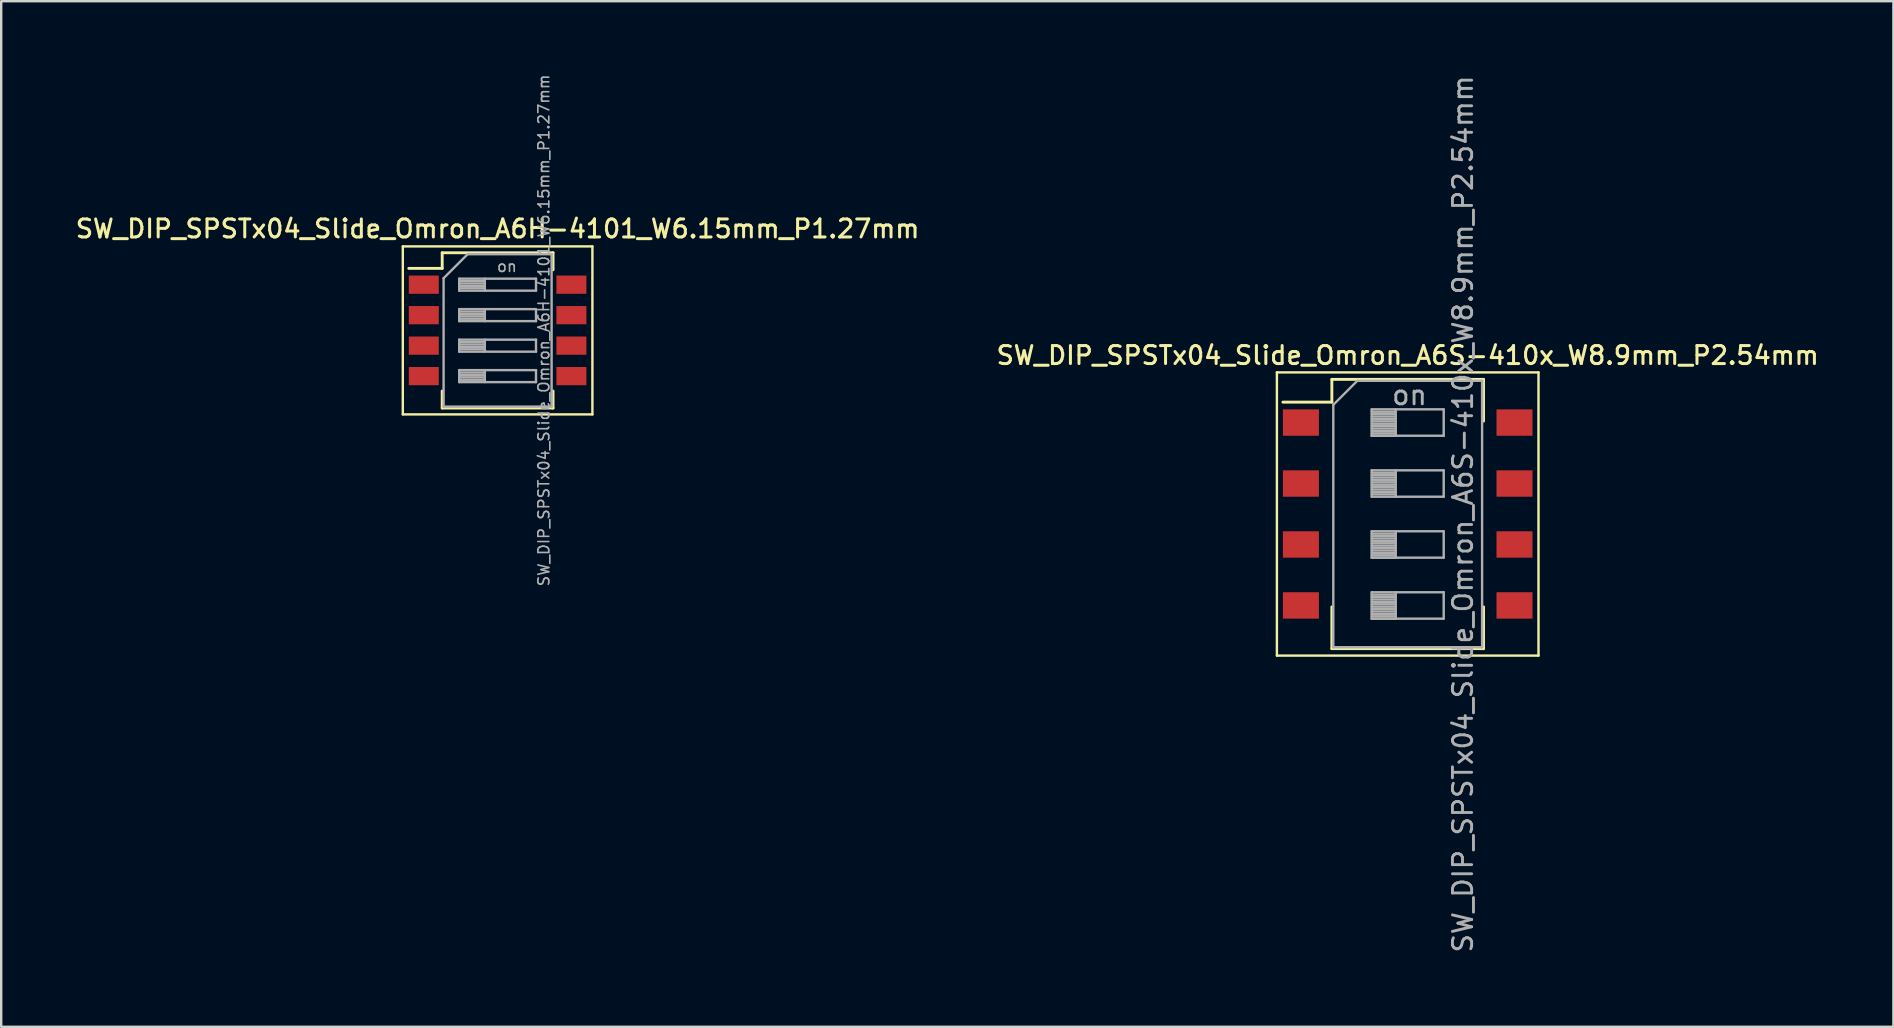
<source format=kicad_pcb>
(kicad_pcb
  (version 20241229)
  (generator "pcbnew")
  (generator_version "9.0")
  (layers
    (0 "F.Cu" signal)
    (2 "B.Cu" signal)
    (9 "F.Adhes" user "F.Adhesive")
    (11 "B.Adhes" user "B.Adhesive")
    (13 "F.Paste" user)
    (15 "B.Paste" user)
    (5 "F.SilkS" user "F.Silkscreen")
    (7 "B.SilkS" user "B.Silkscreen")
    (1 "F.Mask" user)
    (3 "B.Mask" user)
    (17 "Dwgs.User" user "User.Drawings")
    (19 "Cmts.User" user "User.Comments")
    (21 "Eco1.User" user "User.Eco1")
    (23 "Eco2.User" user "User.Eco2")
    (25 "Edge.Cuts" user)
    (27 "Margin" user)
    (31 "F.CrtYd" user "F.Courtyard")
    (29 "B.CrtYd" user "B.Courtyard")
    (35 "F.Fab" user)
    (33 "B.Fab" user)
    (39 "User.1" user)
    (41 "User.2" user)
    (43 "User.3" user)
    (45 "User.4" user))
  (footprint "SW_DIP_SPSTx04_Slide_Omron_A6S-410x_W8.9mm_P2.54mm"
    (layer "F.Cu")
    (at 55.605 18.367)
    (property "Reference" "SW_DIP_SPSTx04_Slide_Omron_A6S-410x_W8.9mm_P2.54mm" (at 0 -6.61 0) (layer "F.SilkS") (effects (font (size 0.75 0.75) (thickness 0.125))))
    (attr smd)
    (fp_line (start -5.45 -5.9) (end -5.45 5.9) (stroke (width 0.1) (type solid)) (layer "F.SilkS"))
    (fp_line (start -5.45 5.9) (end 5.45 5.9) (stroke (width 0.1) (type solid)) (layer "F.SilkS"))
    (fp_line (start -5.2 -4.661) (end -3.16 -4.661) (stroke (width 0.12) (type solid)) (layer "F.SilkS"))
    (fp_line (start -3.16 -5.61) (end -3.16 -4.661) (stroke (width 0.12) (type solid)) (layer "F.SilkS"))
    (fp_line (start -3.16 -5.61) (end 3.16 -5.61) (stroke (width 0.12) (type solid)) (layer "F.SilkS"))
    (fp_line (start -3.16 3.87) (end -3.16 5.61) (stroke (width 0.12) (type solid)) (layer "F.SilkS"))
    (fp_line (start -3.16 5.61) (end 3.16 5.61) (stroke (width 0.12) (type solid)) (layer "F.SilkS"))
    (fp_line (start 3.16 -5.61) (end 3.16 -3.871) (stroke (width 0.12) (type solid)) (layer "F.SilkS"))
    (fp_line (start 3.16 3.87) (end 3.16 5.61) (stroke (width 0.12) (type solid)) (layer "F.SilkS"))
    (fp_line (start 5.45 -5.9) (end -5.45 -5.9) (stroke (width 0.1) (type solid)) (layer "F.SilkS"))
    (fp_line (start 5.45 5.9) (end 5.45 -5.9) (stroke (width 0.1) (type solid)) (layer "F.SilkS"))
    (fp_line (start -3.1 -4.55) (end -2.1 -5.55) (stroke (width 0.1) (type solid)) (layer "F.Fab"))
    (fp_line (start -3.1 5.55) (end -3.1 -4.55) (stroke (width 0.1) (type solid)) (layer "F.Fab"))
    (fp_line (start -2.1 -5.55) (end 3.1 -5.55) (stroke (width 0.1) (type solid)) (layer "F.Fab"))
    (fp_line (start -1.5 -4.36) (end -1.5 -3.26) (stroke (width 0.1) (type solid)) (layer "F.Fab"))
    (fp_line (start -1.5 -4.26) (end -0.5 -4.26) (stroke (width 0.1) (type solid)) (layer "F.Fab"))
    (fp_line (start -1.5 -4.16) (end -0.5 -4.16) (stroke (width 0.1) (type solid)) (layer "F.Fab"))
    (fp_line (start -1.5 -4.06) (end -0.5 -4.06) (stroke (width 0.1) (type solid)) (layer "F.Fab"))
    (fp_line (start -1.5 -3.96) (end -0.5 -3.96) (stroke (width 0.1) (type solid)) (layer "F.Fab"))
    (fp_line (start -1.5 -3.86) (end -0.5 -3.86) (stroke (width 0.1) (type solid)) (layer "F.Fab"))
    (fp_line (start -1.5 -3.76) (end -0.5 -3.76) (stroke (width 0.1) (type solid)) (layer "F.Fab"))
    (fp_line (start -1.5 -3.66) (end -0.5 -3.66) (stroke (width 0.1) (type solid)) (layer "F.Fab"))
    (fp_line (start -1.5 -3.56) (end -0.5 -3.56) (stroke (width 0.1) (type solid)) (layer "F.Fab"))
    (fp_line (start -1.5 -3.46) (end -0.5 -3.46) (stroke (width 0.1) (type solid)) (layer "F.Fab"))
    (fp_line (start -1.5 -3.36) (end -0.5 -3.36) (stroke (width 0.1) (type solid)) (layer "F.Fab"))
    (fp_line (start -1.5 -3.26) (end -0.5 -3.26) (stroke (width 0.1) (type solid)) (layer "F.Fab"))
    (fp_line (start -1.5 -3.26) (end 1.5 -3.26) (stroke (width 0.1) (type solid)) (layer "F.Fab"))
    (fp_line (start -1.5 -1.82) (end -1.5 -0.72) (stroke (width 0.1) (type solid)) (layer "F.Fab"))
    (fp_line (start -1.5 -1.72) (end -0.5 -1.72) (stroke (width 0.1) (type solid)) (layer "F.Fab"))
    (fp_line (start -1.5 -1.62) (end -0.5 -1.62) (stroke (width 0.1) (type solid)) (layer "F.Fab"))
    (fp_line (start -1.5 -1.52) (end -0.5 -1.52) (stroke (width 0.1) (type solid)) (layer "F.Fab"))
    (fp_line (start -1.5 -1.42) (end -0.5 -1.42) (stroke (width 0.1) (type solid)) (layer "F.Fab"))
    (fp_line (start -1.5 -1.32) (end -0.5 -1.32) (stroke (width 0.1) (type solid)) (layer "F.Fab"))
    (fp_line (start -1.5 -1.22) (end -0.5 -1.22) (stroke (width 0.1) (type solid)) (layer "F.Fab"))
    (fp_line (start -1.5 -1.12) (end -0.5 -1.12) (stroke (width 0.1) (type solid)) (layer "F.Fab"))
    (fp_line (start -1.5 -1.02) (end -0.5 -1.02) (stroke (width 0.1) (type solid)) (layer "F.Fab"))
    (fp_line (start -1.5 -0.92) (end -0.5 -0.92) (stroke (width 0.1) (type solid)) (layer "F.Fab"))
    (fp_line (start -1.5 -0.82) (end -0.5 -0.82) (stroke (width 0.1) (type solid)) (layer "F.Fab"))
    (fp_line (start -1.5 -0.72) (end 1.5 -0.72) (stroke (width 0.1) (type solid)) (layer "F.Fab"))
    (fp_line (start -1.5 0.72) (end -1.5 1.82) (stroke (width 0.1) (type solid)) (layer "F.Fab"))
    (fp_line (start -1.5 0.82) (end -0.5 0.82) (stroke (width 0.1) (type solid)) (layer "F.Fab"))
    (fp_line (start -1.5 0.92) (end -0.5 0.92) (stroke (width 0.1) (type solid)) (layer "F.Fab"))
    (fp_line (start -1.5 1.02) (end -0.5 1.02) (stroke (width 0.1) (type solid)) (layer "F.Fab"))
    (fp_line (start -1.5 1.12) (end -0.5 1.12) (stroke (width 0.1) (type solid)) (layer "F.Fab"))
    (fp_line (start -1.5 1.22) (end -0.5 1.22) (stroke (width 0.1) (type solid)) (layer "F.Fab"))
    (fp_line (start -1.5 1.32) (end -0.5 1.32) (stroke (width 0.1) (type solid)) (layer "F.Fab"))
    (fp_line (start -1.5 1.42) (end -0.5 1.42) (stroke (width 0.1) (type solid)) (layer "F.Fab"))
    (fp_line (start -1.5 1.52) (end -0.5 1.52) (stroke (width 0.1) (type solid)) (layer "F.Fab"))
    (fp_line (start -1.5 1.62) (end -0.5 1.62) (stroke (width 0.1) (type solid)) (layer "F.Fab"))
    (fp_line (start -1.5 1.72) (end -0.5 1.72) (stroke (width 0.1) (type solid)) (layer "F.Fab"))
    (fp_line (start -1.5 1.82) (end -0.5 1.82) (stroke (width 0.1) (type solid)) (layer "F.Fab"))
    (fp_line (start -1.5 1.82) (end 1.5 1.82) (stroke (width 0.1) (type solid)) (layer "F.Fab"))
    (fp_line (start -1.5 3.26) (end -1.5 4.36) (stroke (width 0.1) (type solid)) (layer "F.Fab"))
    (fp_line (start -1.5 3.36) (end -0.5 3.36) (stroke (width 0.1) (type solid)) (layer "F.Fab"))
    (fp_line (start -1.5 3.46) (end -0.5 3.46) (stroke (width 0.1) (type solid)) (layer "F.Fab"))
    (fp_line (start -1.5 3.56) (end -0.5 3.56) (stroke (width 0.1) (type solid)) (layer "F.Fab"))
    (fp_line (start -1.5 3.66) (end -0.5 3.66) (stroke (width 0.1) (type solid)) (layer "F.Fab"))
    (fp_line (start -1.5 3.76) (end -0.5 3.76) (stroke (width 0.1) (type solid)) (layer "F.Fab"))
    (fp_line (start -1.5 3.86) (end -0.5 3.86) (stroke (width 0.1) (type solid)) (layer "F.Fab"))
    (fp_line (start -1.5 3.96) (end -0.5 3.96) (stroke (width 0.1) (type solid)) (layer "F.Fab"))
    (fp_line (start -1.5 4.06) (end -0.5 4.06) (stroke (width 0.1) (type solid)) (layer "F.Fab"))
    (fp_line (start -1.5 4.16) (end -0.5 4.16) (stroke (width 0.1) (type solid)) (layer "F.Fab"))
    (fp_line (start -1.5 4.26) (end -0.5 4.26) (stroke (width 0.1) (type solid)) (layer "F.Fab"))
    (fp_line (start -1.5 4.36) (end -0.5 4.36) (stroke (width 0.1) (type solid)) (layer "F.Fab"))
    (fp_line (start -1.5 4.36) (end 1.5 4.36) (stroke (width 0.1) (type solid)) (layer "F.Fab"))
    (fp_line (start -0.5 -4.36) (end -0.5 -3.26) (stroke (width 0.1) (type solid)) (layer "F.Fab"))
    (fp_line (start -0.5 -1.82) (end -0.5 -0.72) (stroke (width 0.1) (type solid)) (layer "F.Fab"))
    (fp_line (start -0.5 0.72) (end -0.5 1.82) (stroke (width 0.1) (type solid)) (layer "F.Fab"))
    (fp_line (start -0.5 3.26) (end -0.5 4.36) (stroke (width 0.1) (type solid)) (layer "F.Fab"))
    (fp_line (start 1.5 -4.36) (end -1.5 -4.36) (stroke (width 0.1) (type solid)) (layer "F.Fab"))
    (fp_line (start 1.5 -3.26) (end 1.5 -4.36) (stroke (width 0.1) (type solid)) (layer "F.Fab"))
    (fp_line (start 1.5 -1.82) (end -1.5 -1.82) (stroke (width 0.1) (type solid)) (layer "F.Fab"))
    (fp_line (start 1.5 -0.72) (end 1.5 -1.82) (stroke (width 0.1) (type solid)) (layer "F.Fab"))
    (fp_line (start 1.5 0.72) (end -1.5 0.72) (stroke (width 0.1) (type solid)) (layer "F.Fab"))
    (fp_line (start 1.5 1.82) (end 1.5 0.72) (stroke (width 0.1) (type solid)) (layer "F.Fab"))
    (fp_line (start 1.5 3.26) (end -1.5 3.26) (stroke (width 0.1) (type solid)) (layer "F.Fab"))
    (fp_line (start 1.5 4.36) (end 1.5 3.26) (stroke (width 0.1) (type solid)) (layer "F.Fab"))
    (fp_line (start 3.1 -5.55) (end 3.1 5.55) (stroke (width 0.1) (type solid)) (layer "F.Fab"))
    (fp_line (start 3.1 5.55) (end -3.1 5.55) (stroke (width 0.1) (type solid)) (layer "F.Fab"))
    (fp_text user "${REFERENCE}" (at 2.3 0 90) (layer "F.Fab") (effects (font (size 0.8 0.8) (thickness 0.12))))
    (fp_text user "on" (at 0.075 -4.955 0) (layer "F.Fab") (effects (font (size 0.8 0.8) (thickness 0.12))))
    (pad "1" smd rect (at -4.45 -3.81) (size 1.5 1.1) (layers "F.Cu" "F.Mask" "F.Paste"))
    (pad "2" smd rect (at -4.45 -1.27) (size 1.5 1.1) (layers "F.Cu" "F.Mask" "F.Paste"))
    (pad "3" smd rect (at -4.45 1.27) (size 1.5 1.1) (layers "F.Cu" "F.Mask" "F.Paste"))
    (pad "4" smd rect (at -4.45 3.81) (size 1.5 1.1) (layers "F.Cu" "F.Mask" "F.Paste"))
    (pad "5" smd rect (at 4.45 3.81) (size 1.5 1.1) (layers "F.Cu" "F.Mask" "F.Paste"))
    (pad "6" smd rect (at 4.45 1.27) (size 1.5 1.1) (layers "F.Cu" "F.Mask" "F.Paste"))
    (pad "7" smd rect (at 4.45 -1.27) (size 1.5 1.1) (layers "F.Cu" "F.Mask" "F.Paste"))
    (pad "8" smd rect (at 4.45 -3.81) (size 1.5 1.1) (layers "F.Cu" "F.Mask" "F.Paste")))
  (footprint "SW_DIP_SPSTx04_Slide_Omron_A6H-4101_W6.15mm_P1.27mm"
    (layer "F.Cu")
    (at 17.684 10.717)
    (property "Reference" "SW_DIP_SPSTx04_Slide_Omron_A6H-4101_W6.15mm_P1.27mm" (at 0 -4.235 0) (layer "F.SilkS") (effects (font (size 0.75 0.75) (thickness 0.125))))
    (attr smd)
    (fp_line (start -3.95 -3.5) (end -3.95 3.5) (stroke (width 0.1) (type solid)) (layer "F.SilkS"))
    (fp_line (start -3.95 3.5) (end 3.95 3.5) (stroke (width 0.1) (type solid)) (layer "F.SilkS"))
    (fp_line (start -3.7 -2.585) (end -2.309 -2.585) (stroke (width 0.12) (type solid)) (layer "F.SilkS"))
    (fp_line (start -2.309 -3.235) (end -2.309 -2.585) (stroke (width 0.12) (type solid)) (layer "F.SilkS"))
    (fp_line (start -2.309 -3.235) (end 2.31 -3.235) (stroke (width 0.12) (type solid)) (layer "F.SilkS"))
    (fp_line (start -2.309 2.525) (end -2.309 3.235) (stroke (width 0.12) (type solid)) (layer "F.SilkS"))
    (fp_line (start -2.309 3.235) (end 2.31 3.235) (stroke (width 0.12) (type solid)) (layer "F.SilkS"))
    (fp_line (start 2.31 -3.235) (end 2.31 -2.525) (stroke (width 0.12) (type solid)) (layer "F.SilkS"))
    (fp_line (start 2.31 2.525) (end 2.31 3.235) (stroke (width 0.12) (type solid)) (layer "F.SilkS"))
    (fp_line (start 3.95 -3.5) (end -3.95 -3.5) (stroke (width 0.1) (type solid)) (layer "F.SilkS"))
    (fp_line (start 3.95 3.5) (end 3.95 -3.5) (stroke (width 0.1) (type solid)) (layer "F.SilkS"))
    (fp_line (start -2.25 -2.175) (end -1.25 -3.175) (stroke (width 0.1) (type solid)) (layer "F.Fab"))
    (fp_line (start -2.25 3.175) (end -2.25 -2.175) (stroke (width 0.1) (type solid)) (layer "F.Fab"))
    (fp_line (start -1.6 -2.155) (end -1.6 -1.655) (stroke (width 0.1) (type solid)) (layer "F.Fab"))
    (fp_line (start -1.6 -2.055) (end -0.533 -2.055) (stroke (width 0.1) (type solid)) (layer "F.Fab"))
    (fp_line (start -1.6 -1.955) (end -0.533 -1.955) (stroke (width 0.1) (type solid)) (layer "F.Fab"))
    (fp_line (start -1.6 -1.855) (end -0.533 -1.855) (stroke (width 0.1) (type solid)) (layer "F.Fab"))
    (fp_line (start -1.6 -1.755) (end -0.533 -1.755) (stroke (width 0.1) (type solid)) (layer "F.Fab"))
    (fp_line (start -1.6 -1.655) (end 1.6 -1.655) (stroke (width 0.1) (type solid)) (layer "F.Fab"))
    (fp_line (start -1.6 -0.885) (end -1.6 -0.385) (stroke (width 0.1) (type solid)) (layer "F.Fab"))
    (fp_line (start -1.6 -0.785) (end -0.533 -0.785) (stroke (width 0.1) (type solid)) (layer "F.Fab"))
    (fp_line (start -1.6 -0.685) (end -0.533 -0.685) (stroke (width 0.1) (type solid)) (layer "F.Fab"))
    (fp_line (start -1.6 -0.585) (end -0.533 -0.585) (stroke (width 0.1) (type solid)) (layer "F.Fab"))
    (fp_line (start -1.6 -0.485) (end -0.533 -0.485) (stroke (width 0.1) (type solid)) (layer "F.Fab"))
    (fp_line (start -1.6 -0.385) (end 1.6 -0.385) (stroke (width 0.1) (type solid)) (layer "F.Fab"))
    (fp_line (start -1.6 0.385) (end -1.6 0.885) (stroke (width 0.1) (type solid)) (layer "F.Fab"))
    (fp_line (start -1.6 0.485) (end -0.533 0.485) (stroke (width 0.1) (type solid)) (layer "F.Fab"))
    (fp_line (start -1.6 0.585) (end -0.533 0.585) (stroke (width 0.1) (type solid)) (layer "F.Fab"))
    (fp_line (start -1.6 0.685) (end -0.533 0.685) (stroke (width 0.1) (type solid)) (layer "F.Fab"))
    (fp_line (start -1.6 0.785) (end -0.533 0.785) (stroke (width 0.1) (type solid)) (layer "F.Fab"))
    (fp_line (start -1.6 0.885) (end 1.6 0.885) (stroke (width 0.1) (type solid)) (layer "F.Fab"))
    (fp_line (start -1.6 1.655) (end -1.6 2.155) (stroke (width 0.1) (type solid)) (layer "F.Fab"))
    (fp_line (start -1.6 1.755) (end -0.533 1.755) (stroke (width 0.1) (type solid)) (layer "F.Fab"))
    (fp_line (start -1.6 1.855) (end -0.533 1.855) (stroke (width 0.1) (type solid)) (layer "F.Fab"))
    (fp_line (start -1.6 1.955) (end -0.533 1.955) (stroke (width 0.1) (type solid)) (layer "F.Fab"))
    (fp_line (start -1.6 2.055) (end -0.533 2.055) (stroke (width 0.1) (type solid)) (layer "F.Fab"))
    (fp_line (start -1.6 2.155) (end 1.6 2.155) (stroke (width 0.1) (type solid)) (layer "F.Fab"))
    (fp_line (start -1.25 -3.175) (end 2.25 -3.175) (stroke (width 0.1) (type solid)) (layer "F.Fab"))
    (fp_line (start -0.533 -2.155) (end -0.533 -1.655) (stroke (width 0.1) (type solid)) (layer "F.Fab"))
    (fp_line (start -0.533 -0.885) (end -0.533 -0.385) (stroke (width 0.1) (type solid)) (layer "F.Fab"))
    (fp_line (start -0.533 0.385) (end -0.533 0.885) (stroke (width 0.1) (type solid)) (layer "F.Fab"))
    (fp_line (start -0.533 1.655) (end -0.533 2.155) (stroke (width 0.1) (type solid)) (layer "F.Fab"))
    (fp_line (start 1.6 -2.155) (end -1.6 -2.155) (stroke (width 0.1) (type solid)) (layer "F.Fab"))
    (fp_line (start 1.6 -1.655) (end 1.6 -2.155) (stroke (width 0.1) (type solid)) (layer "F.Fab"))
    (fp_line (start 1.6 -0.885) (end -1.6 -0.885) (stroke (width 0.1) (type solid)) (layer "F.Fab"))
    (fp_line (start 1.6 -0.385) (end 1.6 -0.885) (stroke (width 0.1) (type solid)) (layer "F.Fab"))
    (fp_line (start 1.6 0.385) (end -1.6 0.385) (stroke (width 0.1) (type solid)) (layer "F.Fab"))
    (fp_line (start 1.6 0.885) (end 1.6 0.385) (stroke (width 0.1) (type solid)) (layer "F.Fab"))
    (fp_line (start 1.6 1.655) (end -1.6 1.655) (stroke (width 0.1) (type solid)) (layer "F.Fab"))
    (fp_line (start 1.6 2.155) (end 1.6 1.655) (stroke (width 0.1) (type solid)) (layer "F.Fab"))
    (fp_line (start 2.25 -3.175) (end 2.25 3.175) (stroke (width 0.1) (type solid)) (layer "F.Fab"))
    (fp_line (start 2.25 3.175) (end -2.25 3.175) (stroke (width 0.1) (type solid)) (layer "F.Fab"))
    (fp_text user "on" (at 0.388 -2.665 0) (layer "F.Fab") (effects (font (size 0.455 0.455) (thickness 0.068))))
    (fp_text user "${REFERENCE}" (at 1.925 0 90) (layer "F.Fab") (effects (font (size 0.455 0.455) (thickness 0.068))))
    (pad "1" smd rect (at -3.075 -1.905) (size 1.25 0.76) (layers "F.Cu" "F.Mask" "F.Paste"))
    (pad "2" smd rect (at -3.075 -0.635) (size 1.25 0.76) (layers "F.Cu" "F.Mask" "F.Paste"))
    (pad "3" smd rect (at -3.075 0.635) (size 1.25 0.76) (layers "F.Cu" "F.Mask" "F.Paste"))
    (pad "4" smd rect (at -3.075 1.905) (size 1.25 0.76) (layers "F.Cu" "F.Mask" "F.Paste"))
    (pad "5" smd rect (at 3.075 1.905) (size 1.25 0.76) (layers "F.Cu" "F.Mask" "F.Paste"))
    (pad "6" smd rect (at 3.075 0.635) (size 1.25 0.76) (layers "F.Cu" "F.Mask" "F.Paste"))
    (pad "7" smd rect (at 3.075 -0.635) (size 1.25 0.76) (layers "F.Cu" "F.Mask" "F.Paste"))
    (pad "8" smd rect (at 3.075 -1.905) (size 1.25 0.76) (layers "F.Cu" "F.Mask" "F.Paste")))
  (gr_rect
    (start -3 -3)
    (end 75.843 39.733)
    (stroke (width 0.1) (type default))
    (fill no)
    (layer "Edge.Cuts")))
</source>
